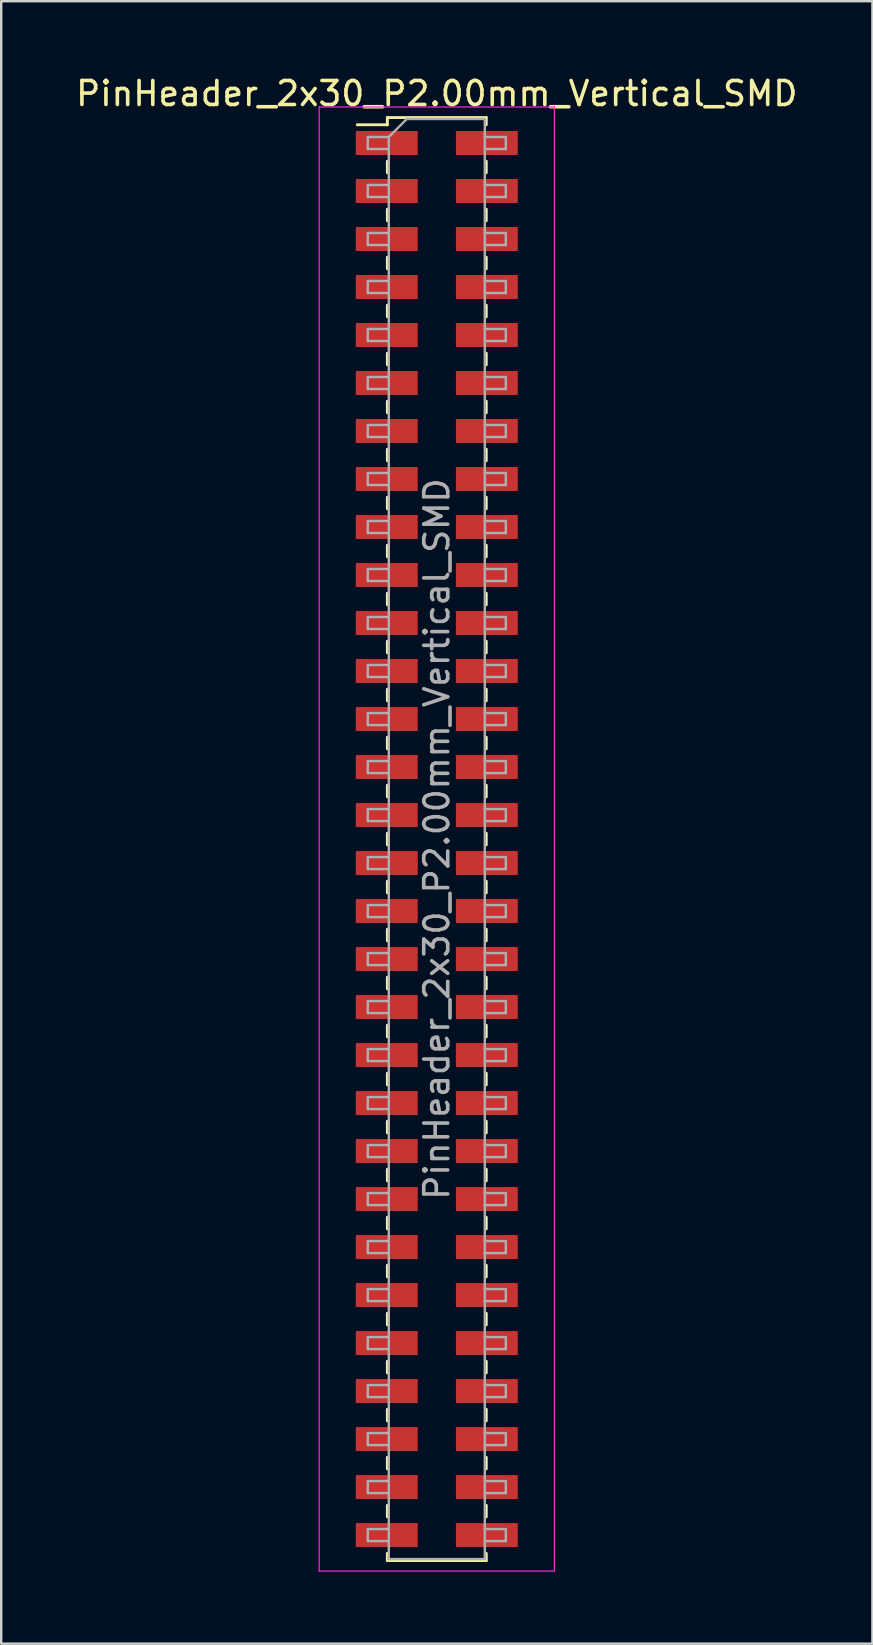
<source format=kicad_pcb>
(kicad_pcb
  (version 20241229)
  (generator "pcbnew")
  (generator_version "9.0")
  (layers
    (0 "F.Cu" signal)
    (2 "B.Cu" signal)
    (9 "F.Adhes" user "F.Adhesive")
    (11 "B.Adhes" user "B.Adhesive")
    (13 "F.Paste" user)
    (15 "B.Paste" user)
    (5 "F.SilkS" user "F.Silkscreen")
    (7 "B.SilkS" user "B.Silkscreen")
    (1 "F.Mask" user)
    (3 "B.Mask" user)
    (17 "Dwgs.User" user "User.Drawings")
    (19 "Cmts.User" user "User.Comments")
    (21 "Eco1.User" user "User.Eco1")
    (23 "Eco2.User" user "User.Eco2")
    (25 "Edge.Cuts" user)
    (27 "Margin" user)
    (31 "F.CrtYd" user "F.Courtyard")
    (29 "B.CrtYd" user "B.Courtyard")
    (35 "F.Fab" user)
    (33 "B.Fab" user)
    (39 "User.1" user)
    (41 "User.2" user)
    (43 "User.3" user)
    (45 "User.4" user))
  (footprint "PinHeader_2x30_P2.00mm_Vertical_SMD"
    (layer "F.Cu")
    (at 15.149 31.908)
    (property "Reference" "PinHeader_2x30_P2.00mm_Vertical_SMD" (at 0 -31.06 0) (layer "F.SilkS") (effects (font (size 1 1) (thickness 0.15))))
    (attr smd)
    (fp_line (start -3.315 -29.76) (end -2.06 -29.76) (stroke (width 0.12) (type solid)) (layer "F.SilkS"))
    (fp_line (start -2.06 -30.06) (end -2.06 -29.76) (stroke (width 0.12) (type solid)) (layer "F.SilkS"))
    (fp_line (start -2.06 -30.06) (end 2.06 -30.06) (stroke (width 0.12) (type solid)) (layer "F.SilkS"))
    (fp_line (start -2.06 -28.24) (end -2.06 -27.76) (stroke (width 0.12) (type solid)) (layer "F.SilkS"))
    (fp_line (start -2.06 -26.24) (end -2.06 -25.76) (stroke (width 0.12) (type solid)) (layer "F.SilkS"))
    (fp_line (start -2.06 -24.24) (end -2.06 -23.76) (stroke (width 0.12) (type solid)) (layer "F.SilkS"))
    (fp_line (start -2.06 -22.24) (end -2.06 -21.76) (stroke (width 0.12) (type solid)) (layer "F.SilkS"))
    (fp_line (start -2.06 -20.24) (end -2.06 -19.76) (stroke (width 0.12) (type solid)) (layer "F.SilkS"))
    (fp_line (start -2.06 -18.24) (end -2.06 -17.76) (stroke (width 0.12) (type solid)) (layer "F.SilkS"))
    (fp_line (start -2.06 -16.24) (end -2.06 -15.76) (stroke (width 0.12) (type solid)) (layer "F.SilkS"))
    (fp_line (start -2.06 -14.24) (end -2.06 -13.76) (stroke (width 0.12) (type solid)) (layer "F.SilkS"))
    (fp_line (start -2.06 -12.24) (end -2.06 -11.76) (stroke (width 0.12) (type solid)) (layer "F.SilkS"))
    (fp_line (start -2.06 -10.24) (end -2.06 -9.76) (stroke (width 0.12) (type solid)) (layer "F.SilkS"))
    (fp_line (start -2.06 -8.24) (end -2.06 -7.76) (stroke (width 0.12) (type solid)) (layer "F.SilkS"))
    (fp_line (start -2.06 -6.24) (end -2.06 -5.76) (stroke (width 0.12) (type solid)) (layer "F.SilkS"))
    (fp_line (start -2.06 -4.24) (end -2.06 -3.76) (stroke (width 0.12) (type solid)) (layer "F.SilkS"))
    (fp_line (start -2.06 -2.24) (end -2.06 -1.76) (stroke (width 0.12) (type solid)) (layer "F.SilkS"))
    (fp_line (start -2.06 -0.24) (end -2.06 0.24) (stroke (width 0.12) (type solid)) (layer "F.SilkS"))
    (fp_line (start -2.06 1.76) (end -2.06 2.24) (stroke (width 0.12) (type solid)) (layer "F.SilkS"))
    (fp_line (start -2.06 3.76) (end -2.06 4.24) (stroke (width 0.12) (type solid)) (layer "F.SilkS"))
    (fp_line (start -2.06 5.76) (end -2.06 6.24) (stroke (width 0.12) (type solid)) (layer "F.SilkS"))
    (fp_line (start -2.06 7.76) (end -2.06 8.24) (stroke (width 0.12) (type solid)) (layer "F.SilkS"))
    (fp_line (start -2.06 9.76) (end -2.06 10.24) (stroke (width 0.12) (type solid)) (layer "F.SilkS"))
    (fp_line (start -2.06 11.76) (end -2.06 12.24) (stroke (width 0.12) (type solid)) (layer "F.SilkS"))
    (fp_line (start -2.06 13.76) (end -2.06 14.24) (stroke (width 0.12) (type solid)) (layer "F.SilkS"))
    (fp_line (start -2.06 15.76) (end -2.06 16.24) (stroke (width 0.12) (type solid)) (layer "F.SilkS"))
    (fp_line (start -2.06 17.76) (end -2.06 18.24) (stroke (width 0.12) (type solid)) (layer "F.SilkS"))
    (fp_line (start -2.06 19.76) (end -2.06 20.24) (stroke (width 0.12) (type solid)) (layer "F.SilkS"))
    (fp_line (start -2.06 21.76) (end -2.06 22.24) (stroke (width 0.12) (type solid)) (layer "F.SilkS"))
    (fp_line (start -2.06 23.76) (end -2.06 24.24) (stroke (width 0.12) (type solid)) (layer "F.SilkS"))
    (fp_line (start -2.06 25.76) (end -2.06 26.24) (stroke (width 0.12) (type solid)) (layer "F.SilkS"))
    (fp_line (start -2.06 27.76) (end -2.06 28.24) (stroke (width 0.12) (type solid)) (layer "F.SilkS"))
    (fp_line (start -2.06 29.76) (end -2.06 30.06) (stroke (width 0.12) (type solid)) (layer "F.SilkS"))
    (fp_line (start -2.06 30.06) (end 2.06 30.06) (stroke (width 0.12) (type solid)) (layer "F.SilkS"))
    (fp_line (start 2.06 -30.06) (end 2.06 -29.76) (stroke (width 0.12) (type solid)) (layer "F.SilkS"))
    (fp_line (start 2.06 -28.24) (end 2.06 -27.76) (stroke (width 0.12) (type solid)) (layer "F.SilkS"))
    (fp_line (start 2.06 -26.24) (end 2.06 -25.76) (stroke (width 0.12) (type solid)) (layer "F.SilkS"))
    (fp_line (start 2.06 -24.24) (end 2.06 -23.76) (stroke (width 0.12) (type solid)) (layer "F.SilkS"))
    (fp_line (start 2.06 -22.24) (end 2.06 -21.76) (stroke (width 0.12) (type solid)) (layer "F.SilkS"))
    (fp_line (start 2.06 -20.24) (end 2.06 -19.76) (stroke (width 0.12) (type solid)) (layer "F.SilkS"))
    (fp_line (start 2.06 -18.24) (end 2.06 -17.76) (stroke (width 0.12) (type solid)) (layer "F.SilkS"))
    (fp_line (start 2.06 -16.24) (end 2.06 -15.76) (stroke (width 0.12) (type solid)) (layer "F.SilkS"))
    (fp_line (start 2.06 -14.24) (end 2.06 -13.76) (stroke (width 0.12) (type solid)) (layer "F.SilkS"))
    (fp_line (start 2.06 -12.24) (end 2.06 -11.76) (stroke (width 0.12) (type solid)) (layer "F.SilkS"))
    (fp_line (start 2.06 -10.24) (end 2.06 -9.76) (stroke (width 0.12) (type solid)) (layer "F.SilkS"))
    (fp_line (start 2.06 -8.24) (end 2.06 -7.76) (stroke (width 0.12) (type solid)) (layer "F.SilkS"))
    (fp_line (start 2.06 -6.24) (end 2.06 -5.76) (stroke (width 0.12) (type solid)) (layer "F.SilkS"))
    (fp_line (start 2.06 -4.24) (end 2.06 -3.76) (stroke (width 0.12) (type solid)) (layer "F.SilkS"))
    (fp_line (start 2.06 -2.24) (end 2.06 -1.76) (stroke (width 0.12) (type solid)) (layer "F.SilkS"))
    (fp_line (start 2.06 -0.24) (end 2.06 0.24) (stroke (width 0.12) (type solid)) (layer "F.SilkS"))
    (fp_line (start 2.06 1.76) (end 2.06 2.24) (stroke (width 0.12) (type solid)) (layer "F.SilkS"))
    (fp_line (start 2.06 3.76) (end 2.06 4.24) (stroke (width 0.12) (type solid)) (layer "F.SilkS"))
    (fp_line (start 2.06 5.76) (end 2.06 6.24) (stroke (width 0.12) (type solid)) (layer "F.SilkS"))
    (fp_line (start 2.06 7.76) (end 2.06 8.24) (stroke (width 0.12) (type solid)) (layer "F.SilkS"))
    (fp_line (start 2.06 9.76) (end 2.06 10.24) (stroke (width 0.12) (type solid)) (layer "F.SilkS"))
    (fp_line (start 2.06 11.76) (end 2.06 12.24) (stroke (width 0.12) (type solid)) (layer "F.SilkS"))
    (fp_line (start 2.06 13.76) (end 2.06 14.24) (stroke (width 0.12) (type solid)) (layer "F.SilkS"))
    (fp_line (start 2.06 15.76) (end 2.06 16.24) (stroke (width 0.12) (type solid)) (layer "F.SilkS"))
    (fp_line (start 2.06 17.76) (end 2.06 18.24) (stroke (width 0.12) (type solid)) (layer "F.SilkS"))
    (fp_line (start 2.06 19.76) (end 2.06 20.24) (stroke (width 0.12) (type solid)) (layer "F.SilkS"))
    (fp_line (start 2.06 21.76) (end 2.06 22.24) (stroke (width 0.12) (type solid)) (layer "F.SilkS"))
    (fp_line (start 2.06 23.76) (end 2.06 24.24) (stroke (width 0.12) (type solid)) (layer "F.SilkS"))
    (fp_line (start 2.06 25.76) (end 2.06 26.24) (stroke (width 0.12) (type solid)) (layer "F.SilkS"))
    (fp_line (start 2.06 27.76) (end 2.06 28.24) (stroke (width 0.12) (type solid)) (layer "F.SilkS"))
    (fp_line (start 2.06 29.76) (end 2.06 30.06) (stroke (width 0.12) (type solid)) (layer "F.SilkS"))
    (fp_line (start -4.9 -30.5) (end -4.9 30.5) (stroke (width 0.05) (type solid)) (layer "F.CrtYd"))
    (fp_line (start -4.9 30.5) (end 4.9 30.5) (stroke (width 0.05) (type solid)) (layer "F.CrtYd"))
    (fp_line (start 4.9 -30.5) (end -4.9 -30.5) (stroke (width 0.05) (type solid)) (layer "F.CrtYd"))
    (fp_line (start 4.9 30.5) (end 4.9 -30.5) (stroke (width 0.05) (type solid)) (layer "F.CrtYd"))
    (fp_line (start -2.875 -29.25) (end -2.875 -28.75) (stroke (width 0.1) (type solid)) (layer "F.Fab"))
    (fp_line (start -2.875 -28.75) (end -2 -28.75) (stroke (width 0.1) (type solid)) (layer "F.Fab"))
    (fp_line (start -2.875 -27.25) (end -2.875 -26.75) (stroke (width 0.1) (type solid)) (layer "F.Fab"))
    (fp_line (start -2.875 -26.75) (end -2 -26.75) (stroke (width 0.1) (type solid)) (layer "F.Fab"))
    (fp_line (start -2.875 -25.25) (end -2.875 -24.75) (stroke (width 0.1) (type solid)) (layer "F.Fab"))
    (fp_line (start -2.875 -24.75) (end -2 -24.75) (stroke (width 0.1) (type solid)) (layer "F.Fab"))
    (fp_line (start -2.875 -23.25) (end -2.875 -22.75) (stroke (width 0.1) (type solid)) (layer "F.Fab"))
    (fp_line (start -2.875 -22.75) (end -2 -22.75) (stroke (width 0.1) (type solid)) (layer "F.Fab"))
    (fp_line (start -2.875 -21.25) (end -2.875 -20.75) (stroke (width 0.1) (type solid)) (layer "F.Fab"))
    (fp_line (start -2.875 -20.75) (end -2 -20.75) (stroke (width 0.1) (type solid)) (layer "F.Fab"))
    (fp_line (start -2.875 -19.25) (end -2.875 -18.75) (stroke (width 0.1) (type solid)) (layer "F.Fab"))
    (fp_line (start -2.875 -18.75) (end -2 -18.75) (stroke (width 0.1) (type solid)) (layer "F.Fab"))
    (fp_line (start -2.875 -17.25) (end -2.875 -16.75) (stroke (width 0.1) (type solid)) (layer "F.Fab"))
    (fp_line (start -2.875 -16.75) (end -2 -16.75) (stroke (width 0.1) (type solid)) (layer "F.Fab"))
    (fp_line (start -2.875 -15.25) (end -2.875 -14.75) (stroke (width 0.1) (type solid)) (layer "F.Fab"))
    (fp_line (start -2.875 -14.75) (end -2 -14.75) (stroke (width 0.1) (type solid)) (layer "F.Fab"))
    (fp_line (start -2.875 -13.25) (end -2.875 -12.75) (stroke (width 0.1) (type solid)) (layer "F.Fab"))
    (fp_line (start -2.875 -12.75) (end -2 -12.75) (stroke (width 0.1) (type solid)) (layer "F.Fab"))
    (fp_line (start -2.875 -11.25) (end -2.875 -10.75) (stroke (width 0.1) (type solid)) (layer "F.Fab"))
    (fp_line (start -2.875 -10.75) (end -2 -10.75) (stroke (width 0.1) (type solid)) (layer "F.Fab"))
    (fp_line (start -2.875 -9.25) (end -2.875 -8.75) (stroke (width 0.1) (type solid)) (layer "F.Fab"))
    (fp_line (start -2.875 -8.75) (end -2 -8.75) (stroke (width 0.1) (type solid)) (layer "F.Fab"))
    (fp_line (start -2.875 -7.25) (end -2.875 -6.75) (stroke (width 0.1) (type solid)) (layer "F.Fab"))
    (fp_line (start -2.875 -6.75) (end -2 -6.75) (stroke (width 0.1) (type solid)) (layer "F.Fab"))
    (fp_line (start -2.875 -5.25) (end -2.875 -4.75) (stroke (width 0.1) (type solid)) (layer "F.Fab"))
    (fp_line (start -2.875 -4.75) (end -2 -4.75) (stroke (width 0.1) (type solid)) (layer "F.Fab"))
    (fp_line (start -2.875 -3.25) (end -2.875 -2.75) (stroke (width 0.1) (type solid)) (layer "F.Fab"))
    (fp_line (start -2.875 -2.75) (end -2 -2.75) (stroke (width 0.1) (type solid)) (layer "F.Fab"))
    (fp_line (start -2.875 -1.25) (end -2.875 -0.75) (stroke (width 0.1) (type solid)) (layer "F.Fab"))
    (fp_line (start -2.875 -0.75) (end -2 -0.75) (stroke (width 0.1) (type solid)) (layer "F.Fab"))
    (fp_line (start -2.875 0.75) (end -2.875 1.25) (stroke (width 0.1) (type solid)) (layer "F.Fab"))
    (fp_line (start -2.875 1.25) (end -2 1.25) (stroke (width 0.1) (type solid)) (layer "F.Fab"))
    (fp_line (start -2.875 2.75) (end -2.875 3.25) (stroke (width 0.1) (type solid)) (layer "F.Fab"))
    (fp_line (start -2.875 3.25) (end -2 3.25) (stroke (width 0.1) (type solid)) (layer "F.Fab"))
    (fp_line (start -2.875 4.75) (end -2.875 5.25) (stroke (width 0.1) (type solid)) (layer "F.Fab"))
    (fp_line (start -2.875 5.25) (end -2 5.25) (stroke (width 0.1) (type solid)) (layer "F.Fab"))
    (fp_line (start -2.875 6.75) (end -2.875 7.25) (stroke (width 0.1) (type solid)) (layer "F.Fab"))
    (fp_line (start -2.875 7.25) (end -2 7.25) (stroke (width 0.1) (type solid)) (layer "F.Fab"))
    (fp_line (start -2.875 8.75) (end -2.875 9.25) (stroke (width 0.1) (type solid)) (layer "F.Fab"))
    (fp_line (start -2.875 9.25) (end -2 9.25) (stroke (width 0.1) (type solid)) (layer "F.Fab"))
    (fp_line (start -2.875 10.75) (end -2.875 11.25) (stroke (width 0.1) (type solid)) (layer "F.Fab"))
    (fp_line (start -2.875 11.25) (end -2 11.25) (stroke (width 0.1) (type solid)) (layer "F.Fab"))
    (fp_line (start -2.875 12.75) (end -2.875 13.25) (stroke (width 0.1) (type solid)) (layer "F.Fab"))
    (fp_line (start -2.875 13.25) (end -2 13.25) (stroke (width 0.1) (type solid)) (layer "F.Fab"))
    (fp_line (start -2.875 14.75) (end -2.875 15.25) (stroke (width 0.1) (type solid)) (layer "F.Fab"))
    (fp_line (start -2.875 15.25) (end -2 15.25) (stroke (width 0.1) (type solid)) (layer "F.Fab"))
    (fp_line (start -2.875 16.75) (end -2.875 17.25) (stroke (width 0.1) (type solid)) (layer "F.Fab"))
    (fp_line (start -2.875 17.25) (end -2 17.25) (stroke (width 0.1) (type solid)) (layer "F.Fab"))
    (fp_line (start -2.875 18.75) (end -2.875 19.25) (stroke (width 0.1) (type solid)) (layer "F.Fab"))
    (fp_line (start -2.875 19.25) (end -2 19.25) (stroke (width 0.1) (type solid)) (layer "F.Fab"))
    (fp_line (start -2.875 20.75) (end -2.875 21.25) (stroke (width 0.1) (type solid)) (layer "F.Fab"))
    (fp_line (start -2.875 21.25) (end -2 21.25) (stroke (width 0.1) (type solid)) (layer "F.Fab"))
    (fp_line (start -2.875 22.75) (end -2.875 23.25) (stroke (width 0.1) (type solid)) (layer "F.Fab"))
    (fp_line (start -2.875 23.25) (end -2 23.25) (stroke (width 0.1) (type solid)) (layer "F.Fab"))
    (fp_line (start -2.875 24.75) (end -2.875 25.25) (stroke (width 0.1) (type solid)) (layer "F.Fab"))
    (fp_line (start -2.875 25.25) (end -2 25.25) (stroke (width 0.1) (type solid)) (layer "F.Fab"))
    (fp_line (start -2.875 26.75) (end -2.875 27.25) (stroke (width 0.1) (type solid)) (layer "F.Fab"))
    (fp_line (start -2.875 27.25) (end -2 27.25) (stroke (width 0.1) (type solid)) (layer "F.Fab"))
    (fp_line (start -2.875 28.75) (end -2.875 29.25) (stroke (width 0.1) (type solid)) (layer "F.Fab"))
    (fp_line (start -2.875 29.25) (end -2 29.25) (stroke (width 0.1) (type solid)) (layer "F.Fab"))
    (fp_line (start -2 -29.25) (end -2.875 -29.25) (stroke (width 0.1) (type solid)) (layer "F.Fab"))
    (fp_line (start -2 -29.25) (end -1.25 -30) (stroke (width 0.1) (type solid)) (layer "F.Fab"))
    (fp_line (start -2 -27.25) (end -2.875 -27.25) (stroke (width 0.1) (type solid)) (layer "F.Fab"))
    (fp_line (start -2 -25.25) (end -2.875 -25.25) (stroke (width 0.1) (type solid)) (layer "F.Fab"))
    (fp_line (start -2 -23.25) (end -2.875 -23.25) (stroke (width 0.1) (type solid)) (layer "F.Fab"))
    (fp_line (start -2 -21.25) (end -2.875 -21.25) (stroke (width 0.1) (type solid)) (layer "F.Fab"))
    (fp_line (start -2 -19.25) (end -2.875 -19.25) (stroke (width 0.1) (type solid)) (layer "F.Fab"))
    (fp_line (start -2 -17.25) (end -2.875 -17.25) (stroke (width 0.1) (type solid)) (layer "F.Fab"))
    (fp_line (start -2 -15.25) (end -2.875 -15.25) (stroke (width 0.1) (type solid)) (layer "F.Fab"))
    (fp_line (start -2 -13.25) (end -2.875 -13.25) (stroke (width 0.1) (type solid)) (layer "F.Fab"))
    (fp_line (start -2 -11.25) (end -2.875 -11.25) (stroke (width 0.1) (type solid)) (layer "F.Fab"))
    (fp_line (start -2 -9.25) (end -2.875 -9.25) (stroke (width 0.1) (type solid)) (layer "F.Fab"))
    (fp_line (start -2 -7.25) (end -2.875 -7.25) (stroke (width 0.1) (type solid)) (layer "F.Fab"))
    (fp_line (start -2 -5.25) (end -2.875 -5.25) (stroke (width 0.1) (type solid)) (layer "F.Fab"))
    (fp_line (start -2 -3.25) (end -2.875 -3.25) (stroke (width 0.1) (type solid)) (layer "F.Fab"))
    (fp_line (start -2 -1.25) (end -2.875 -1.25) (stroke (width 0.1) (type solid)) (layer "F.Fab"))
    (fp_line (start -2 0.75) (end -2.875 0.75) (stroke (width 0.1) (type solid)) (layer "F.Fab"))
    (fp_line (start -2 2.75) (end -2.875 2.75) (stroke (width 0.1) (type solid)) (layer "F.Fab"))
    (fp_line (start -2 4.75) (end -2.875 4.75) (stroke (width 0.1) (type solid)) (layer "F.Fab"))
    (fp_line (start -2 6.75) (end -2.875 6.75) (stroke (width 0.1) (type solid)) (layer "F.Fab"))
    (fp_line (start -2 8.75) (end -2.875 8.75) (stroke (width 0.1) (type solid)) (layer "F.Fab"))
    (fp_line (start -2 10.75) (end -2.875 10.75) (stroke (width 0.1) (type solid)) (layer "F.Fab"))
    (fp_line (start -2 12.75) (end -2.875 12.75) (stroke (width 0.1) (type solid)) (layer "F.Fab"))
    (fp_line (start -2 14.75) (end -2.875 14.75) (stroke (width 0.1) (type solid)) (layer "F.Fab"))
    (fp_line (start -2 16.75) (end -2.875 16.75) (stroke (width 0.1) (type solid)) (layer "F.Fab"))
    (fp_line (start -2 18.75) (end -2.875 18.75) (stroke (width 0.1) (type solid)) (layer "F.Fab"))
    (fp_line (start -2 20.75) (end -2.875 20.75) (stroke (width 0.1) (type solid)) (layer "F.Fab"))
    (fp_line (start -2 22.75) (end -2.875 22.75) (stroke (width 0.1) (type solid)) (layer "F.Fab"))
    (fp_line (start -2 24.75) (end -2.875 24.75) (stroke (width 0.1) (type solid)) (layer "F.Fab"))
    (fp_line (start -2 26.75) (end -2.875 26.75) (stroke (width 0.1) (type solid)) (layer "F.Fab"))
    (fp_line (start -2 28.75) (end -2.875 28.75) (stroke (width 0.1) (type solid)) (layer "F.Fab"))
    (fp_line (start -2 30) (end -2 -29.25) (stroke (width 0.1) (type solid)) (layer "F.Fab"))
    (fp_line (start -1.25 -30) (end 2 -30) (stroke (width 0.1) (type solid)) (layer "F.Fab"))
    (fp_line (start 2 -30) (end 2 30) (stroke (width 0.1) (type solid)) (layer "F.Fab"))
    (fp_line (start 2 -29.25) (end 2.875 -29.25) (stroke (width 0.1) (type solid)) (layer "F.Fab"))
    (fp_line (start 2 -27.25) (end 2.875 -27.25) (stroke (width 0.1) (type solid)) (layer "F.Fab"))
    (fp_line (start 2 -25.25) (end 2.875 -25.25) (stroke (width 0.1) (type solid)) (layer "F.Fab"))
    (fp_line (start 2 -23.25) (end 2.875 -23.25) (stroke (width 0.1) (type solid)) (layer "F.Fab"))
    (fp_line (start 2 -21.25) (end 2.875 -21.25) (stroke (width 0.1) (type solid)) (layer "F.Fab"))
    (fp_line (start 2 -19.25) (end 2.875 -19.25) (stroke (width 0.1) (type solid)) (layer "F.Fab"))
    (fp_line (start 2 -17.25) (end 2.875 -17.25) (stroke (width 0.1) (type solid)) (layer "F.Fab"))
    (fp_line (start 2 -15.25) (end 2.875 -15.25) (stroke (width 0.1) (type solid)) (layer "F.Fab"))
    (fp_line (start 2 -13.25) (end 2.875 -13.25) (stroke (width 0.1) (type solid)) (layer "F.Fab"))
    (fp_line (start 2 -11.25) (end 2.875 -11.25) (stroke (width 0.1) (type solid)) (layer "F.Fab"))
    (fp_line (start 2 -9.25) (end 2.875 -9.25) (stroke (width 0.1) (type solid)) (layer "F.Fab"))
    (fp_line (start 2 -7.25) (end 2.875 -7.25) (stroke (width 0.1) (type solid)) (layer "F.Fab"))
    (fp_line (start 2 -5.25) (end 2.875 -5.25) (stroke (width 0.1) (type solid)) (layer "F.Fab"))
    (fp_line (start 2 -3.25) (end 2.875 -3.25) (stroke (width 0.1) (type solid)) (layer "F.Fab"))
    (fp_line (start 2 -1.25) (end 2.875 -1.25) (stroke (width 0.1) (type solid)) (layer "F.Fab"))
    (fp_line (start 2 0.75) (end 2.875 0.75) (stroke (width 0.1) (type solid)) (layer "F.Fab"))
    (fp_line (start 2 2.75) (end 2.875 2.75) (stroke (width 0.1) (type solid)) (layer "F.Fab"))
    (fp_line (start 2 4.75) (end 2.875 4.75) (stroke (width 0.1) (type solid)) (layer "F.Fab"))
    (fp_line (start 2 6.75) (end 2.875 6.75) (stroke (width 0.1) (type solid)) (layer "F.Fab"))
    (fp_line (start 2 8.75) (end 2.875 8.75) (stroke (width 0.1) (type solid)) (layer "F.Fab"))
    (fp_line (start 2 10.75) (end 2.875 10.75) (stroke (width 0.1) (type solid)) (layer "F.Fab"))
    (fp_line (start 2 12.75) (end 2.875 12.75) (stroke (width 0.1) (type solid)) (layer "F.Fab"))
    (fp_line (start 2 14.75) (end 2.875 14.75) (stroke (width 0.1) (type solid)) (layer "F.Fab"))
    (fp_line (start 2 16.75) (end 2.875 16.75) (stroke (width 0.1) (type solid)) (layer "F.Fab"))
    (fp_line (start 2 18.75) (end 2.875 18.75) (stroke (width 0.1) (type solid)) (layer "F.Fab"))
    (fp_line (start 2 20.75) (end 2.875 20.75) (stroke (width 0.1) (type solid)) (layer "F.Fab"))
    (fp_line (start 2 22.75) (end 2.875 22.75) (stroke (width 0.1) (type solid)) (layer "F.Fab"))
    (fp_line (start 2 24.75) (end 2.875 24.75) (stroke (width 0.1) (type solid)) (layer "F.Fab"))
    (fp_line (start 2 26.75) (end 2.875 26.75) (stroke (width 0.1) (type solid)) (layer "F.Fab"))
    (fp_line (start 2 28.75) (end 2.875 28.75) (stroke (width 0.1) (type solid)) (layer "F.Fab"))
    (fp_line (start 2 30) (end -2 30) (stroke (width 0.1) (type solid)) (layer "F.Fab"))
    (fp_line (start 2.875 -29.25) (end 2.875 -28.75) (stroke (width 0.1) (type solid)) (layer "F.Fab"))
    (fp_line (start 2.875 -28.75) (end 2 -28.75) (stroke (width 0.1) (type solid)) (layer "F.Fab"))
    (fp_line (start 2.875 -27.25) (end 2.875 -26.75) (stroke (width 0.1) (type solid)) (layer "F.Fab"))
    (fp_line (start 2.875 -26.75) (end 2 -26.75) (stroke (width 0.1) (type solid)) (layer "F.Fab"))
    (fp_line (start 2.875 -25.25) (end 2.875 -24.75) (stroke (width 0.1) (type solid)) (layer "F.Fab"))
    (fp_line (start 2.875 -24.75) (end 2 -24.75) (stroke (width 0.1) (type solid)) (layer "F.Fab"))
    (fp_line (start 2.875 -23.25) (end 2.875 -22.75) (stroke (width 0.1) (type solid)) (layer "F.Fab"))
    (fp_line (start 2.875 -22.75) (end 2 -22.75) (stroke (width 0.1) (type solid)) (layer "F.Fab"))
    (fp_line (start 2.875 -21.25) (end 2.875 -20.75) (stroke (width 0.1) (type solid)) (layer "F.Fab"))
    (fp_line (start 2.875 -20.75) (end 2 -20.75) (stroke (width 0.1) (type solid)) (layer "F.Fab"))
    (fp_line (start 2.875 -19.25) (end 2.875 -18.75) (stroke (width 0.1) (type solid)) (layer "F.Fab"))
    (fp_line (start 2.875 -18.75) (end 2 -18.75) (stroke (width 0.1) (type solid)) (layer "F.Fab"))
    (fp_line (start 2.875 -17.25) (end 2.875 -16.75) (stroke (width 0.1) (type solid)) (layer "F.Fab"))
    (fp_line (start 2.875 -16.75) (end 2 -16.75) (stroke (width 0.1) (type solid)) (layer "F.Fab"))
    (fp_line (start 2.875 -15.25) (end 2.875 -14.75) (stroke (width 0.1) (type solid)) (layer "F.Fab"))
    (fp_line (start 2.875 -14.75) (end 2 -14.75) (stroke (width 0.1) (type solid)) (layer "F.Fab"))
    (fp_line (start 2.875 -13.25) (end 2.875 -12.75) (stroke (width 0.1) (type solid)) (layer "F.Fab"))
    (fp_line (start 2.875 -12.75) (end 2 -12.75) (stroke (width 0.1) (type solid)) (layer "F.Fab"))
    (fp_line (start 2.875 -11.25) (end 2.875 -10.75) (stroke (width 0.1) (type solid)) (layer "F.Fab"))
    (fp_line (start 2.875 -10.75) (end 2 -10.75) (stroke (width 0.1) (type solid)) (layer "F.Fab"))
    (fp_line (start 2.875 -9.25) (end 2.875 -8.75) (stroke (width 0.1) (type solid)) (layer "F.Fab"))
    (fp_line (start 2.875 -8.75) (end 2 -8.75) (stroke (width 0.1) (type solid)) (layer "F.Fab"))
    (fp_line (start 2.875 -7.25) (end 2.875 -6.75) (stroke (width 0.1) (type solid)) (layer "F.Fab"))
    (fp_line (start 2.875 -6.75) (end 2 -6.75) (stroke (width 0.1) (type solid)) (layer "F.Fab"))
    (fp_line (start 2.875 -5.25) (end 2.875 -4.75) (stroke (width 0.1) (type solid)) (layer "F.Fab"))
    (fp_line (start 2.875 -4.75) (end 2 -4.75) (stroke (width 0.1) (type solid)) (layer "F.Fab"))
    (fp_line (start 2.875 -3.25) (end 2.875 -2.75) (stroke (width 0.1) (type solid)) (layer "F.Fab"))
    (fp_line (start 2.875 -2.75) (end 2 -2.75) (stroke (width 0.1) (type solid)) (layer "F.Fab"))
    (fp_line (start 2.875 -1.25) (end 2.875 -0.75) (stroke (width 0.1) (type solid)) (layer "F.Fab"))
    (fp_line (start 2.875 -0.75) (end 2 -0.75) (stroke (width 0.1) (type solid)) (layer "F.Fab"))
    (fp_line (start 2.875 0.75) (end 2.875 1.25) (stroke (width 0.1) (type solid)) (layer "F.Fab"))
    (fp_line (start 2.875 1.25) (end 2 1.25) (stroke (width 0.1) (type solid)) (layer "F.Fab"))
    (fp_line (start 2.875 2.75) (end 2.875 3.25) (stroke (width 0.1) (type solid)) (layer "F.Fab"))
    (fp_line (start 2.875 3.25) (end 2 3.25) (stroke (width 0.1) (type solid)) (layer "F.Fab"))
    (fp_line (start 2.875 4.75) (end 2.875 5.25) (stroke (width 0.1) (type solid)) (layer "F.Fab"))
    (fp_line (start 2.875 5.25) (end 2 5.25) (stroke (width 0.1) (type solid)) (layer "F.Fab"))
    (fp_line (start 2.875 6.75) (end 2.875 7.25) (stroke (width 0.1) (type solid)) (layer "F.Fab"))
    (fp_line (start 2.875 7.25) (end 2 7.25) (stroke (width 0.1) (type solid)) (layer "F.Fab"))
    (fp_line (start 2.875 8.75) (end 2.875 9.25) (stroke (width 0.1) (type solid)) (layer "F.Fab"))
    (fp_line (start 2.875 9.25) (end 2 9.25) (stroke (width 0.1) (type solid)) (layer "F.Fab"))
    (fp_line (start 2.875 10.75) (end 2.875 11.25) (stroke (width 0.1) (type solid)) (layer "F.Fab"))
    (fp_line (start 2.875 11.25) (end 2 11.25) (stroke (width 0.1) (type solid)) (layer "F.Fab"))
    (fp_line (start 2.875 12.75) (end 2.875 13.25) (stroke (width 0.1) (type solid)) (layer "F.Fab"))
    (fp_line (start 2.875 13.25) (end 2 13.25) (stroke (width 0.1) (type solid)) (layer "F.Fab"))
    (fp_line (start 2.875 14.75) (end 2.875 15.25) (stroke (width 0.1) (type solid)) (layer "F.Fab"))
    (fp_line (start 2.875 15.25) (end 2 15.25) (stroke (width 0.1) (type solid)) (layer "F.Fab"))
    (fp_line (start 2.875 16.75) (end 2.875 17.25) (stroke (width 0.1) (type solid)) (layer "F.Fab"))
    (fp_line (start 2.875 17.25) (end 2 17.25) (stroke (width 0.1) (type solid)) (layer "F.Fab"))
    (fp_line (start 2.875 18.75) (end 2.875 19.25) (stroke (width 0.1) (type solid)) (layer "F.Fab"))
    (fp_line (start 2.875 19.25) (end 2 19.25) (stroke (width 0.1) (type solid)) (layer "F.Fab"))
    (fp_line (start 2.875 20.75) (end 2.875 21.25) (stroke (width 0.1) (type solid)) (layer "F.Fab"))
    (fp_line (start 2.875 21.25) (end 2 21.25) (stroke (width 0.1) (type solid)) (layer "F.Fab"))
    (fp_line (start 2.875 22.75) (end 2.875 23.25) (stroke (width 0.1) (type solid)) (layer "F.Fab"))
    (fp_line (start 2.875 23.25) (end 2 23.25) (stroke (width 0.1) (type solid)) (layer "F.Fab"))
    (fp_line (start 2.875 24.75) (end 2.875 25.25) (stroke (width 0.1) (type solid)) (layer "F.Fab"))
    (fp_line (start 2.875 25.25) (end 2 25.25) (stroke (width 0.1) (type solid)) (layer "F.Fab"))
    (fp_line (start 2.875 26.75) (end 2.875 27.25) (stroke (width 0.1) (type solid)) (layer "F.Fab"))
    (fp_line (start 2.875 27.25) (end 2 27.25) (stroke (width 0.1) (type solid)) (layer "F.Fab"))
    (fp_line (start 2.875 28.75) (end 2.875 29.25) (stroke (width 0.1) (type solid)) (layer "F.Fab"))
    (fp_line (start 2.875 29.25) (end 2 29.25) (stroke (width 0.1) (type solid)) (layer "F.Fab"))
    (fp_text user "${REFERENCE}" (at 0 0 90) (layer "F.Fab") (effects (font (size 1 1) (thickness 0.15))))
    (pad "1" smd rect (at -2.085 -29) (size 2.58 1) (layers "F.Cu" "F.Mask" "F.Paste"))
    (pad "2" smd rect (at 2.085 -29) (size 2.58 1) (layers "F.Cu" "F.Mask" "F.Paste"))
    (pad "3" smd rect (at -2.085 -27) (size 2.58 1) (layers "F.Cu" "F.Mask" "F.Paste"))
    (pad "4" smd rect (at 2.085 -27) (size 2.58 1) (layers "F.Cu" "F.Mask" "F.Paste"))
    (pad "5" smd rect (at -2.085 -25) (size 2.58 1) (layers "F.Cu" "F.Mask" "F.Paste"))
    (pad "6" smd rect (at 2.085 -25) (size 2.58 1) (layers "F.Cu" "F.Mask" "F.Paste"))
    (pad "7" smd rect (at -2.085 -23) (size 2.58 1) (layers "F.Cu" "F.Mask" "F.Paste"))
    (pad "8" smd rect (at 2.085 -23) (size 2.58 1) (layers "F.Cu" "F.Mask" "F.Paste"))
    (pad "9" smd rect (at -2.085 -21) (size 2.58 1) (layers "F.Cu" "F.Mask" "F.Paste"))
    (pad "10" smd rect (at 2.085 -21) (size 2.58 1) (layers "F.Cu" "F.Mask" "F.Paste"))
    (pad "11" smd rect (at -2.085 -19) (size 2.58 1) (layers "F.Cu" "F.Mask" "F.Paste"))
    (pad "12" smd rect (at 2.085 -19) (size 2.58 1) (layers "F.Cu" "F.Mask" "F.Paste"))
    (pad "13" smd rect (at -2.085 -17) (size 2.58 1) (layers "F.Cu" "F.Mask" "F.Paste"))
    (pad "14" smd rect (at 2.085 -17) (size 2.58 1) (layers "F.Cu" "F.Mask" "F.Paste"))
    (pad "15" smd rect (at -2.085 -15) (size 2.58 1) (layers "F.Cu" "F.Mask" "F.Paste"))
    (pad "16" smd rect (at 2.085 -15) (size 2.58 1) (layers "F.Cu" "F.Mask" "F.Paste"))
    (pad "17" smd rect (at -2.085 -13) (size 2.58 1) (layers "F.Cu" "F.Mask" "F.Paste"))
    (pad "18" smd rect (at 2.085 -13) (size 2.58 1) (layers "F.Cu" "F.Mask" "F.Paste"))
    (pad "19" smd rect (at -2.085 -11) (size 2.58 1) (layers "F.Cu" "F.Mask" "F.Paste"))
    (pad "20" smd rect (at 2.085 -11) (size 2.58 1) (layers "F.Cu" "F.Mask" "F.Paste"))
    (pad "21" smd rect (at -2.085 -9) (size 2.58 1) (layers "F.Cu" "F.Mask" "F.Paste"))
    (pad "22" smd rect (at 2.085 -9) (size 2.58 1) (layers "F.Cu" "F.Mask" "F.Paste"))
    (pad "23" smd rect (at -2.085 -7) (size 2.58 1) (layers "F.Cu" "F.Mask" "F.Paste"))
    (pad "24" smd rect (at 2.085 -7) (size 2.58 1) (layers "F.Cu" "F.Mask" "F.Paste"))
    (pad "25" smd rect (at -2.085 -5) (size 2.58 1) (layers "F.Cu" "F.Mask" "F.Paste"))
    (pad "26" smd rect (at 2.085 -5) (size 2.58 1) (layers "F.Cu" "F.Mask" "F.Paste"))
    (pad "27" smd rect (at -2.085 -3) (size 2.58 1) (layers "F.Cu" "F.Mask" "F.Paste"))
    (pad "28" smd rect (at 2.085 -3) (size 2.58 1) (layers "F.Cu" "F.Mask" "F.Paste"))
    (pad "29" smd rect (at -2.085 -1) (size 2.58 1) (layers "F.Cu" "F.Mask" "F.Paste"))
    (pad "30" smd rect (at 2.085 -1) (size 2.58 1) (layers "F.Cu" "F.Mask" "F.Paste"))
    (pad "31" smd rect (at -2.085 1) (size 2.58 1) (layers "F.Cu" "F.Mask" "F.Paste"))
    (pad "32" smd rect (at 2.085 1) (size 2.58 1) (layers "F.Cu" "F.Mask" "F.Paste"))
    (pad "33" smd rect (at -2.085 3) (size 2.58 1) (layers "F.Cu" "F.Mask" "F.Paste"))
    (pad "34" smd rect (at 2.085 3) (size 2.58 1) (layers "F.Cu" "F.Mask" "F.Paste"))
    (pad "35" smd rect (at -2.085 5) (size 2.58 1) (layers "F.Cu" "F.Mask" "F.Paste"))
    (pad "36" smd rect (at 2.085 5) (size 2.58 1) (layers "F.Cu" "F.Mask" "F.Paste"))
    (pad "37" smd rect (at -2.085 7) (size 2.58 1) (layers "F.Cu" "F.Mask" "F.Paste"))
    (pad "38" smd rect (at 2.085 7) (size 2.58 1) (layers "F.Cu" "F.Mask" "F.Paste"))
    (pad "39" smd rect (at -2.085 9) (size 2.58 1) (layers "F.Cu" "F.Mask" "F.Paste"))
    (pad "40" smd rect (at 2.085 9) (size 2.58 1) (layers "F.Cu" "F.Mask" "F.Paste"))
    (pad "41" smd rect (at -2.085 11) (size 2.58 1) (layers "F.Cu" "F.Mask" "F.Paste"))
    (pad "42" smd rect (at 2.085 11) (size 2.58 1) (layers "F.Cu" "F.Mask" "F.Paste"))
    (pad "43" smd rect (at -2.085 13) (size 2.58 1) (layers "F.Cu" "F.Mask" "F.Paste"))
    (pad "44" smd rect (at 2.085 13) (size 2.58 1) (layers "F.Cu" "F.Mask" "F.Paste"))
    (pad "45" smd rect (at -2.085 15) (size 2.58 1) (layers "F.Cu" "F.Mask" "F.Paste"))
    (pad "46" smd rect (at 2.085 15) (size 2.58 1) (layers "F.Cu" "F.Mask" "F.Paste"))
    (pad "47" smd rect (at -2.085 17) (size 2.58 1) (layers "F.Cu" "F.Mask" "F.Paste"))
    (pad "48" smd rect (at 2.085 17) (size 2.58 1) (layers "F.Cu" "F.Mask" "F.Paste"))
    (pad "49" smd rect (at -2.085 19) (size 2.58 1) (layers "F.Cu" "F.Mask" "F.Paste"))
    (pad "50" smd rect (at 2.085 19) (size 2.58 1) (layers "F.Cu" "F.Mask" "F.Paste"))
    (pad "51" smd rect (at -2.085 21) (size 2.58 1) (layers "F.Cu" "F.Mask" "F.Paste"))
    (pad "52" smd rect (at 2.085 21) (size 2.58 1) (layers "F.Cu" "F.Mask" "F.Paste"))
    (pad "53" smd rect (at -2.085 23) (size 2.58 1) (layers "F.Cu" "F.Mask" "F.Paste"))
    (pad "54" smd rect (at 2.085 23) (size 2.58 1) (layers "F.Cu" "F.Mask" "F.Paste"))
    (pad "55" smd rect (at -2.085 25) (size 2.58 1) (layers "F.Cu" "F.Mask" "F.Paste"))
    (pad "56" smd rect (at 2.085 25) (size 2.58 1) (layers "F.Cu" "F.Mask" "F.Paste"))
    (pad "57" smd rect (at -2.085 27) (size 2.58 1) (layers "F.Cu" "F.Mask" "F.Paste"))
    (pad "58" smd rect (at 2.085 27) (size 2.58 1) (layers "F.Cu" "F.Mask" "F.Paste"))
    (pad "59" smd rect (at -2.085 29) (size 2.58 1) (layers "F.Cu" "F.Mask" "F.Paste"))
    (pad "60" smd rect (at 2.085 29) (size 2.58 1) (layers "F.Cu" "F.Mask" "F.Paste")))
  (gr_rect
    (start -3 -3)
    (end 33.298 65.433)
    (stroke (width 0.1) (type default))
    (fill no)
    (layer "Edge.Cuts")))
</source>
